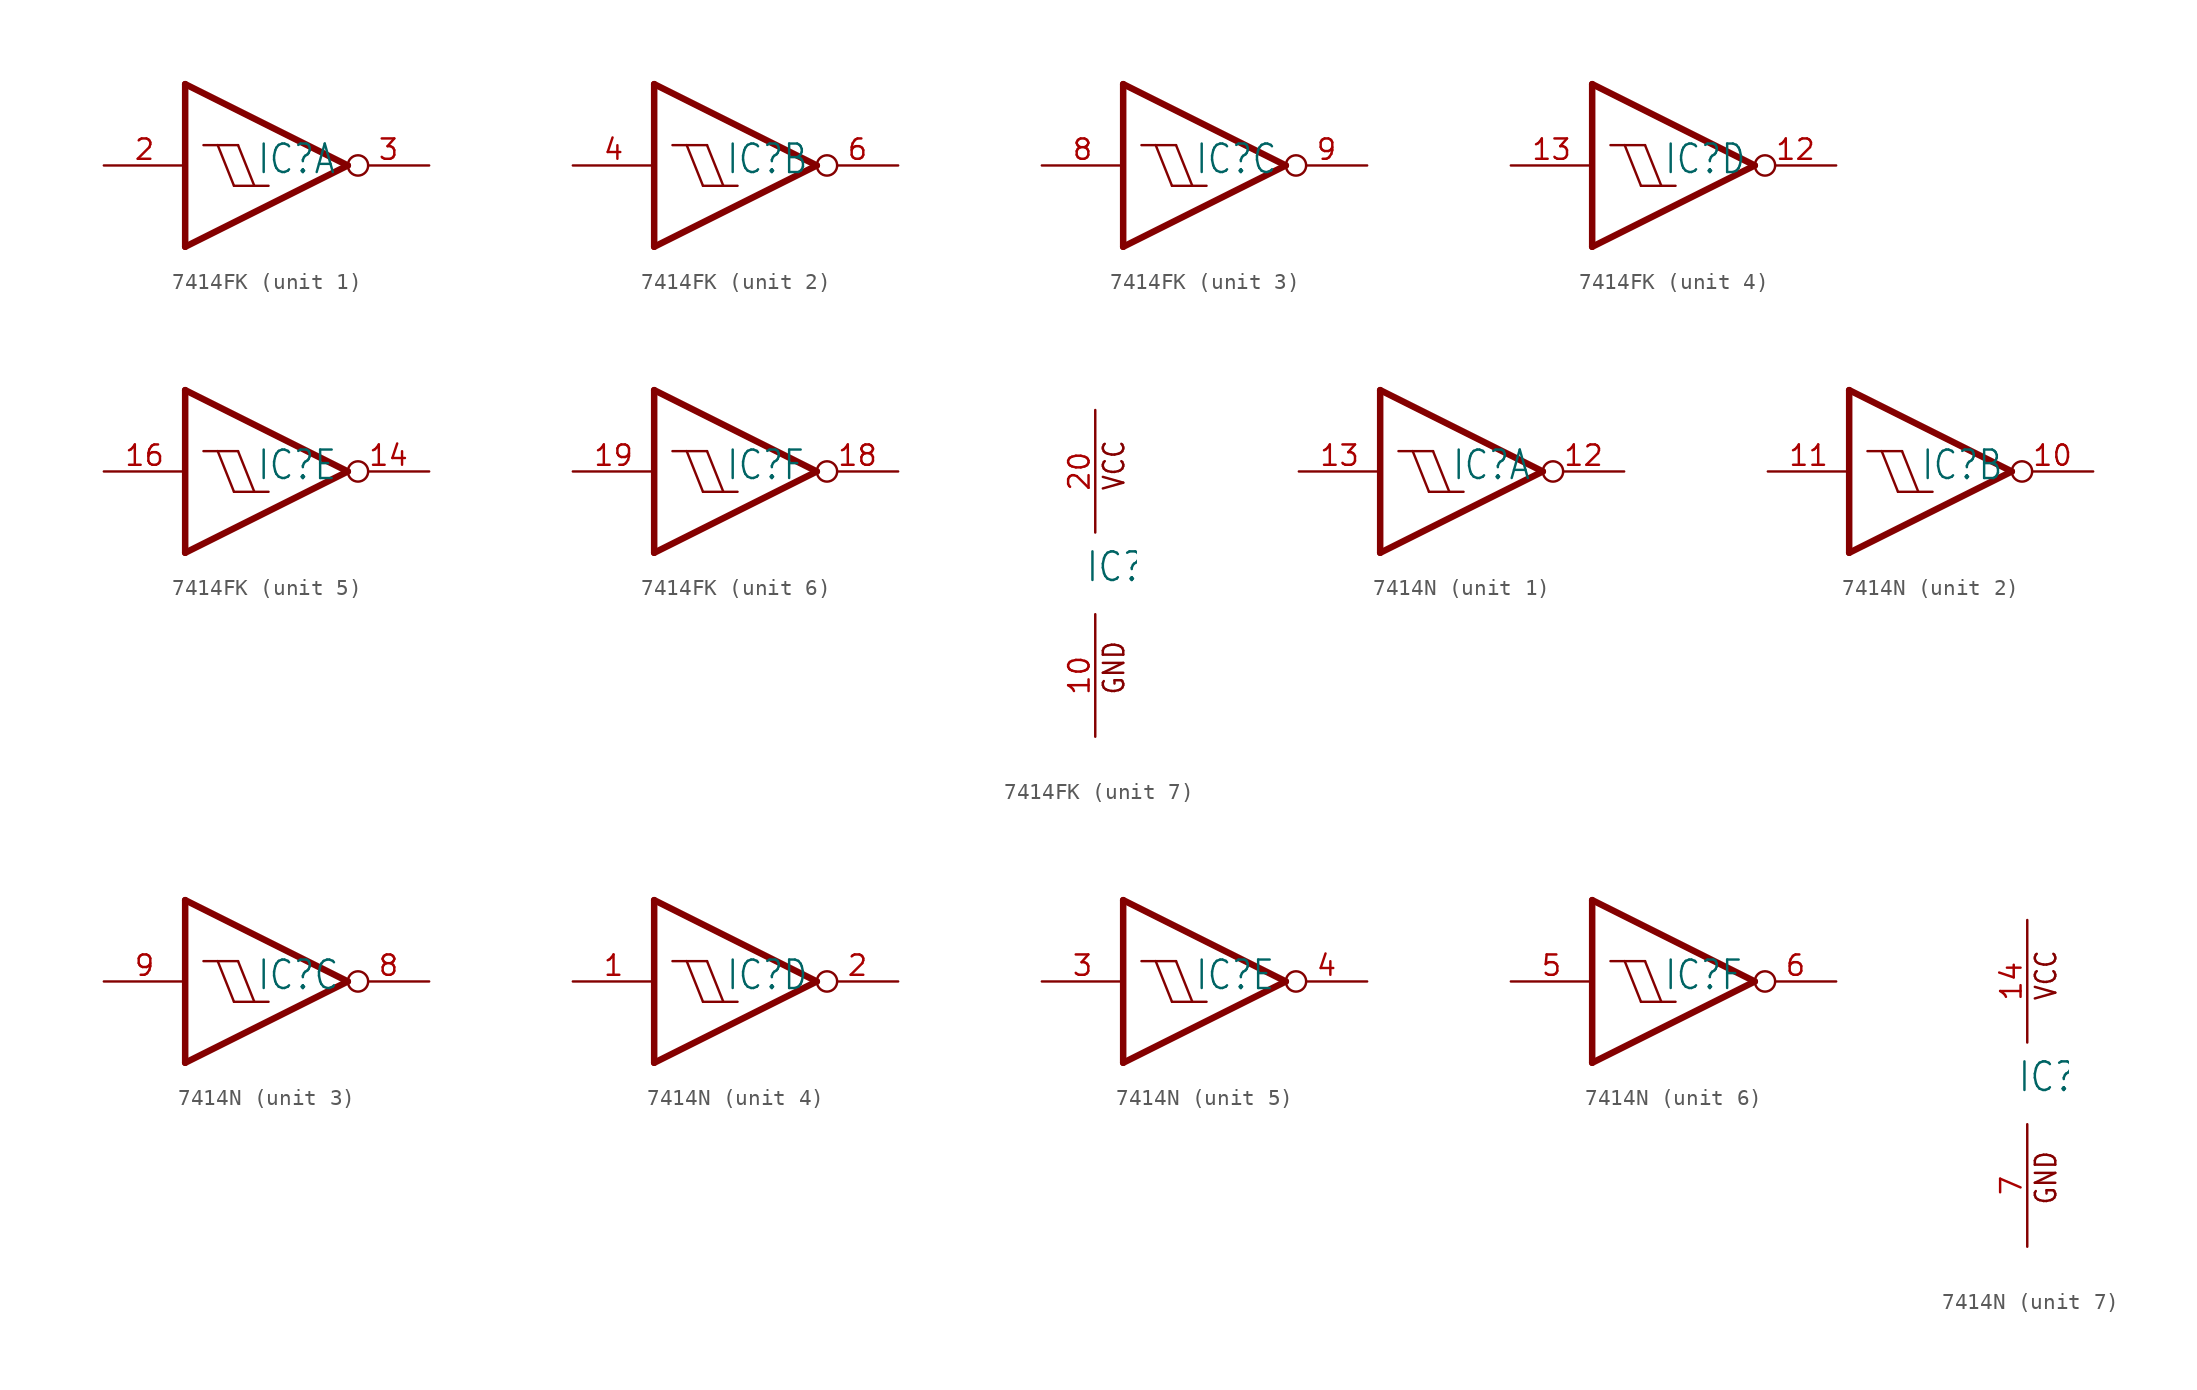
<source format=kicad_sym>
(kicad_symbol_lib
  (version 20231120)
  (generator "kicad_symbol_editor")
  (generator_version "8.0")
  (symbol "7414FK"
    (property "Reference" "IC"
      (at -0.635 -0.635 0)
      (effects (font (size 1.778 1.511)) (justify left bottom)))
    (property "ki_locked" ""
      (at 0 0 0)
      (effects (font (size 1.27 1.27))))
    (symbol "7414FK_1_0"
      (polyline (pts (xy -5.08 -5.08) (xy -5.08 5.08)) (stroke (width 0.406) (type solid)) (fill (type none)))
      (polyline (pts (xy -5.08 5.08) (xy 5.08 0)) (stroke (width 0.406) (type solid)) (fill (type none)))
      (polyline (pts (xy -3.937 1.27) (xy -3.048 1.27)) (stroke (width 0.152) (type solid)) (fill (type none)))
      (polyline (pts (xy -3.048 1.27) (xy -1.778 1.27)) (stroke (width 0.152) (type solid)) (fill (type none)))
      (polyline (pts (xy -2.032 -1.27) (xy -3.048 1.27)) (stroke (width 0.152) (type solid)) (fill (type none)))
      (polyline (pts (xy -2.032 -1.27) (xy -0.762 -1.27)) (stroke (width 0.152) (type solid)) (fill (type none)))
      (polyline (pts (xy -0.762 -1.27) (xy -1.778 1.27)) (stroke (width 0.152) (type solid)) (fill (type none)))
      (polyline (pts (xy -0.762 -1.27) (xy 0.127 -1.27)) (stroke (width 0.152) (type solid)) (fill (type none)))
      (polyline (pts (xy 5.08 0) (xy -5.08 -5.08)) (stroke (width 0.406) (type solid)) (fill (type none)))
      (pin input line (at -10.16 0 0) (length 5.08) (name "I" (effects (font (size 0 0)))) (number "2" (effects (font (size 1.27 1.27)))))
      (pin output inverted (at 10.16 0 180) (length 5.08) (name "O" (effects (font (size 0 0)))) (number "3" (effects (font (size 1.27 1.27))))))
    (symbol "7414FK_2_0"
      (polyline (pts (xy -5.08 -5.08) (xy -5.08 5.08)) (stroke (width 0.406) (type solid)) (fill (type none)))
      (polyline (pts (xy -5.08 5.08) (xy 5.08 0)) (stroke (width 0.406) (type solid)) (fill (type none)))
      (polyline (pts (xy -3.937 1.27) (xy -3.048 1.27)) (stroke (width 0.152) (type solid)) (fill (type none)))
      (polyline (pts (xy -3.048 1.27) (xy -1.778 1.27)) (stroke (width 0.152) (type solid)) (fill (type none)))
      (polyline (pts (xy -2.032 -1.27) (xy -3.048 1.27)) (stroke (width 0.152) (type solid)) (fill (type none)))
      (polyline (pts (xy -2.032 -1.27) (xy -0.762 -1.27)) (stroke (width 0.152) (type solid)) (fill (type none)))
      (polyline (pts (xy -0.762 -1.27) (xy -1.778 1.27)) (stroke (width 0.152) (type solid)) (fill (type none)))
      (polyline (pts (xy -0.762 -1.27) (xy 0.127 -1.27)) (stroke (width 0.152) (type solid)) (fill (type none)))
      (polyline (pts (xy 5.08 0) (xy -5.08 -5.08)) (stroke (width 0.406) (type solid)) (fill (type none)))
      (pin input line (at -10.16 0 0) (length 5.08) (name "I" (effects (font (size 0 0)))) (number "4" (effects (font (size 1.27 1.27)))))
      (pin output inverted (at 10.16 0 180) (length 5.08) (name "O" (effects (font (size 0 0)))) (number "6" (effects (font (size 1.27 1.27))))))
    (symbol "7414FK_3_0"
      (polyline (pts (xy -5.08 -5.08) (xy -5.08 5.08)) (stroke (width 0.406) (type solid)) (fill (type none)))
      (polyline (pts (xy -5.08 5.08) (xy 5.08 0)) (stroke (width 0.406) (type solid)) (fill (type none)))
      (polyline (pts (xy -3.937 1.27) (xy -3.048 1.27)) (stroke (width 0.152) (type solid)) (fill (type none)))
      (polyline (pts (xy -3.048 1.27) (xy -1.778 1.27)) (stroke (width 0.152) (type solid)) (fill (type none)))
      (polyline (pts (xy -2.032 -1.27) (xy -3.048 1.27)) (stroke (width 0.152) (type solid)) (fill (type none)))
      (polyline (pts (xy -2.032 -1.27) (xy -0.762 -1.27)) (stroke (width 0.152) (type solid)) (fill (type none)))
      (polyline (pts (xy -0.762 -1.27) (xy -1.778 1.27)) (stroke (width 0.152) (type solid)) (fill (type none)))
      (polyline (pts (xy -0.762 -1.27) (xy 0.127 -1.27)) (stroke (width 0.152) (type solid)) (fill (type none)))
      (polyline (pts (xy 5.08 0) (xy -5.08 -5.08)) (stroke (width 0.406) (type solid)) (fill (type none)))
      (pin input line (at -10.16 0 0) (length 5.08) (name "I" (effects (font (size 0 0)))) (number "8" (effects (font (size 1.27 1.27)))))
      (pin output inverted (at 10.16 0 180) (length 5.08) (name "O" (effects (font (size 0 0)))) (number "9" (effects (font (size 1.27 1.27))))))
    (symbol "7414FK_4_0"
      (polyline (pts (xy -5.08 -5.08) (xy -5.08 5.08)) (stroke (width 0.406) (type solid)) (fill (type none)))
      (polyline (pts (xy -5.08 5.08) (xy 5.08 0)) (stroke (width 0.406) (type solid)) (fill (type none)))
      (polyline (pts (xy -3.937 1.27) (xy -3.048 1.27)) (stroke (width 0.152) (type solid)) (fill (type none)))
      (polyline (pts (xy -3.048 1.27) (xy -1.778 1.27)) (stroke (width 0.152) (type solid)) (fill (type none)))
      (polyline (pts (xy -2.032 -1.27) (xy -3.048 1.27)) (stroke (width 0.152) (type solid)) (fill (type none)))
      (polyline (pts (xy -2.032 -1.27) (xy -0.762 -1.27)) (stroke (width 0.152) (type solid)) (fill (type none)))
      (polyline (pts (xy -0.762 -1.27) (xy -1.778 1.27)) (stroke (width 0.152) (type solid)) (fill (type none)))
      (polyline (pts (xy -0.762 -1.27) (xy 0.127 -1.27)) (stroke (width 0.152) (type solid)) (fill (type none)))
      (polyline (pts (xy 5.08 0) (xy -5.08 -5.08)) (stroke (width 0.406) (type solid)) (fill (type none)))
      (pin output inverted (at 10.16 0 180) (length 5.08) (name "O" (effects (font (size 0 0)))) (number "12" (effects (font (size 1.27 1.27)))))
      (pin input line (at -10.16 0 0) (length 5.08) (name "I" (effects (font (size 0 0)))) (number "13" (effects (font (size 1.27 1.27))))))
    (symbol "7414FK_5_0"
      (polyline (pts (xy -5.08 -5.08) (xy -5.08 5.08)) (stroke (width 0.406) (type solid)) (fill (type none)))
      (polyline (pts (xy -5.08 5.08) (xy 5.08 0)) (stroke (width 0.406) (type solid)) (fill (type none)))
      (polyline (pts (xy -3.937 1.27) (xy -3.048 1.27)) (stroke (width 0.152) (type solid)) (fill (type none)))
      (polyline (pts (xy -3.048 1.27) (xy -1.778 1.27)) (stroke (width 0.152) (type solid)) (fill (type none)))
      (polyline (pts (xy -2.032 -1.27) (xy -3.048 1.27)) (stroke (width 0.152) (type solid)) (fill (type none)))
      (polyline (pts (xy -2.032 -1.27) (xy -0.762 -1.27)) (stroke (width 0.152) (type solid)) (fill (type none)))
      (polyline (pts (xy -0.762 -1.27) (xy -1.778 1.27)) (stroke (width 0.152) (type solid)) (fill (type none)))
      (polyline (pts (xy -0.762 -1.27) (xy 0.127 -1.27)) (stroke (width 0.152) (type solid)) (fill (type none)))
      (polyline (pts (xy 5.08 0) (xy -5.08 -5.08)) (stroke (width 0.406) (type solid)) (fill (type none)))
      (pin output inverted (at 10.16 0 180) (length 5.08) (name "O" (effects (font (size 0 0)))) (number "14" (effects (font (size 1.27 1.27)))))
      (pin input line (at -10.16 0 0) (length 5.08) (name "I" (effects (font (size 0 0)))) (number "16" (effects (font (size 1.27 1.27))))))
    (symbol "7414FK_6_0"
      (polyline (pts (xy -5.08 -5.08) (xy -5.08 5.08)) (stroke (width 0.406) (type solid)) (fill (type none)))
      (polyline (pts (xy -5.08 5.08) (xy 5.08 0)) (stroke (width 0.406) (type solid)) (fill (type none)))
      (polyline (pts (xy -3.937 1.27) (xy -3.048 1.27)) (stroke (width 0.152) (type solid)) (fill (type none)))
      (polyline (pts (xy -3.048 1.27) (xy -1.778 1.27)) (stroke (width 0.152) (type solid)) (fill (type none)))
      (polyline (pts (xy -2.032 -1.27) (xy -3.048 1.27)) (stroke (width 0.152) (type solid)) (fill (type none)))
      (polyline (pts (xy -2.032 -1.27) (xy -0.762 -1.27)) (stroke (width 0.152) (type solid)) (fill (type none)))
      (polyline (pts (xy -0.762 -1.27) (xy -1.778 1.27)) (stroke (width 0.152) (type solid)) (fill (type none)))
      (polyline (pts (xy -0.762 -1.27) (xy 0.127 -1.27)) (stroke (width 0.152) (type solid)) (fill (type none)))
      (polyline (pts (xy 5.08 0) (xy -5.08 -5.08)) (stroke (width 0.406) (type solid)) (fill (type none)))
      (pin output inverted (at 10.16 0 180) (length 5.08) (name "O" (effects (font (size 0 0)))) (number "18" (effects (font (size 1.27 1.27)))))
      (pin input line (at -10.16 0 0) (length 5.08) (name "I" (effects (font (size 0 0)))) (number "19" (effects (font (size 1.27 1.27))))))
    (symbol "7414FK_7_0"
      (text "GND" (at 1.905 -7.62 900) (effects (font (size 1.27 1.079)) (justify left bottom)))
      (text "VCC" (at 1.905 5.08 900) (effects (font (size 1.27 1.079)) (justify left bottom)))
      (pin power_in line (at 0 -10.16 90) (length 7.62) (name "GND" (effects (font (size 0 0)))) (number "10" (effects (font (size 1.27 1.27)))))
      (pin power_in line (at 0 10.16 270) (length 7.62) (name "VCC" (effects (font (size 0 0)))) (number "20" (effects (font (size 1.27 1.27)))))))
  (symbol "7414N"
    (property "Reference" "IC"
      (at -0.635 -0.635 0)
      (effects (font (size 1.778 1.511)) (justify left bottom)))
    (property "ki_locked" ""
      (at 0 0 0)
      (effects (font (size 1.27 1.27))))
    (symbol "7414N_1_0"
      (polyline (pts (xy -5.08 -5.08) (xy -5.08 5.08)) (stroke (width 0.406) (type solid)) (fill (type none)))
      (polyline (pts (xy -5.08 5.08) (xy 5.08 0)) (stroke (width 0.406) (type solid)) (fill (type none)))
      (polyline (pts (xy -3.937 1.27) (xy -3.048 1.27)) (stroke (width 0.152) (type solid)) (fill (type none)))
      (polyline (pts (xy -3.048 1.27) (xy -1.778 1.27)) (stroke (width 0.152) (type solid)) (fill (type none)))
      (polyline (pts (xy -2.032 -1.27) (xy -3.048 1.27)) (stroke (width 0.152) (type solid)) (fill (type none)))
      (polyline (pts (xy -2.032 -1.27) (xy -0.762 -1.27)) (stroke (width 0.152) (type solid)) (fill (type none)))
      (polyline (pts (xy -0.762 -1.27) (xy -1.778 1.27)) (stroke (width 0.152) (type solid)) (fill (type none)))
      (polyline (pts (xy -0.762 -1.27) (xy 0.127 -1.27)) (stroke (width 0.152) (type solid)) (fill (type none)))
      (polyline (pts (xy 5.08 0) (xy -5.08 -5.08)) (stroke (width 0.406) (type solid)) (fill (type none)))
      (pin output inverted (at 10.16 0 180) (length 5.08) (name "O" (effects (font (size 0 0)))) (number "12" (effects (font (size 1.27 1.27)))))
      (pin input line (at -10.16 0 0) (length 5.08) (name "I" (effects (font (size 0 0)))) (number "13" (effects (font (size 1.27 1.27))))))
    (symbol "7414N_2_0"
      (polyline (pts (xy -5.08 -5.08) (xy -5.08 5.08)) (stroke (width 0.406) (type solid)) (fill (type none)))
      (polyline (pts (xy -5.08 5.08) (xy 5.08 0)) (stroke (width 0.406) (type solid)) (fill (type none)))
      (polyline (pts (xy -3.937 1.27) (xy -3.048 1.27)) (stroke (width 0.152) (type solid)) (fill (type none)))
      (polyline (pts (xy -3.048 1.27) (xy -1.778 1.27)) (stroke (width 0.152) (type solid)) (fill (type none)))
      (polyline (pts (xy -2.032 -1.27) (xy -3.048 1.27)) (stroke (width 0.152) (type solid)) (fill (type none)))
      (polyline (pts (xy -2.032 -1.27) (xy -0.762 -1.27)) (stroke (width 0.152) (type solid)) (fill (type none)))
      (polyline (pts (xy -0.762 -1.27) (xy -1.778 1.27)) (stroke (width 0.152) (type solid)) (fill (type none)))
      (polyline (pts (xy -0.762 -1.27) (xy 0.127 -1.27)) (stroke (width 0.152) (type solid)) (fill (type none)))
      (polyline (pts (xy 5.08 0) (xy -5.08 -5.08)) (stroke (width 0.406) (type solid)) (fill (type none)))
      (pin output inverted (at 10.16 0 180) (length 5.08) (name "O" (effects (font (size 0 0)))) (number "10" (effects (font (size 1.27 1.27)))))
      (pin input line (at -10.16 0 0) (length 5.08) (name "I" (effects (font (size 0 0)))) (number "11" (effects (font (size 1.27 1.27))))))
    (symbol "7414N_3_0"
      (polyline (pts (xy -5.08 -5.08) (xy -5.08 5.08)) (stroke (width 0.406) (type solid)) (fill (type none)))
      (polyline (pts (xy -5.08 5.08) (xy 5.08 0)) (stroke (width 0.406) (type solid)) (fill (type none)))
      (polyline (pts (xy -3.937 1.27) (xy -3.048 1.27)) (stroke (width 0.152) (type solid)) (fill (type none)))
      (polyline (pts (xy -3.048 1.27) (xy -1.778 1.27)) (stroke (width 0.152) (type solid)) (fill (type none)))
      (polyline (pts (xy -2.032 -1.27) (xy -3.048 1.27)) (stroke (width 0.152) (type solid)) (fill (type none)))
      (polyline (pts (xy -2.032 -1.27) (xy -0.762 -1.27)) (stroke (width 0.152) (type solid)) (fill (type none)))
      (polyline (pts (xy -0.762 -1.27) (xy -1.778 1.27)) (stroke (width 0.152) (type solid)) (fill (type none)))
      (polyline (pts (xy -0.762 -1.27) (xy 0.127 -1.27)) (stroke (width 0.152) (type solid)) (fill (type none)))
      (polyline (pts (xy 5.08 0) (xy -5.08 -5.08)) (stroke (width 0.406) (type solid)) (fill (type none)))
      (pin output inverted (at 10.16 0 180) (length 5.08) (name "O" (effects (font (size 0 0)))) (number "8" (effects (font (size 1.27 1.27)))))
      (pin input line (at -10.16 0 0) (length 5.08) (name "I" (effects (font (size 0 0)))) (number "9" (effects (font (size 1.27 1.27))))))
    (symbol "7414N_4_0"
      (polyline (pts (xy -5.08 -5.08) (xy -5.08 5.08)) (stroke (width 0.406) (type solid)) (fill (type none)))
      (polyline (pts (xy -5.08 5.08) (xy 5.08 0)) (stroke (width 0.406) (type solid)) (fill (type none)))
      (polyline (pts (xy -3.937 1.27) (xy -3.048 1.27)) (stroke (width 0.152) (type solid)) (fill (type none)))
      (polyline (pts (xy -3.048 1.27) (xy -1.778 1.27)) (stroke (width 0.152) (type solid)) (fill (type none)))
      (polyline (pts (xy -2.032 -1.27) (xy -3.048 1.27)) (stroke (width 0.152) (type solid)) (fill (type none)))
      (polyline (pts (xy -2.032 -1.27) (xy -0.762 -1.27)) (stroke (width 0.152) (type solid)) (fill (type none)))
      (polyline (pts (xy -0.762 -1.27) (xy -1.778 1.27)) (stroke (width 0.152) (type solid)) (fill (type none)))
      (polyline (pts (xy -0.762 -1.27) (xy 0.127 -1.27)) (stroke (width 0.152) (type solid)) (fill (type none)))
      (polyline (pts (xy 5.08 0) (xy -5.08 -5.08)) (stroke (width 0.406) (type solid)) (fill (type none)))
      (pin input line (at -10.16 0 0) (length 5.08) (name "I" (effects (font (size 0 0)))) (number "1" (effects (font (size 1.27 1.27)))))
      (pin output inverted (at 10.16 0 180) (length 5.08) (name "O" (effects (font (size 0 0)))) (number "2" (effects (font (size 1.27 1.27))))))
    (symbol "7414N_5_0"
      (polyline (pts (xy -5.08 -5.08) (xy -5.08 5.08)) (stroke (width 0.406) (type solid)) (fill (type none)))
      (polyline (pts (xy -5.08 5.08) (xy 5.08 0)) (stroke (width 0.406) (type solid)) (fill (type none)))
      (polyline (pts (xy -3.937 1.27) (xy -3.048 1.27)) (stroke (width 0.152) (type solid)) (fill (type none)))
      (polyline (pts (xy -3.048 1.27) (xy -1.778 1.27)) (stroke (width 0.152) (type solid)) (fill (type none)))
      (polyline (pts (xy -2.032 -1.27) (xy -3.048 1.27)) (stroke (width 0.152) (type solid)) (fill (type none)))
      (polyline (pts (xy -2.032 -1.27) (xy -0.762 -1.27)) (stroke (width 0.152) (type solid)) (fill (type none)))
      (polyline (pts (xy -0.762 -1.27) (xy -1.778 1.27)) (stroke (width 0.152) (type solid)) (fill (type none)))
      (polyline (pts (xy -0.762 -1.27) (xy 0.127 -1.27)) (stroke (width 0.152) (type solid)) (fill (type none)))
      (polyline (pts (xy 5.08 0) (xy -5.08 -5.08)) (stroke (width 0.406) (type solid)) (fill (type none)))
      (pin input line (at -10.16 0 0) (length 5.08) (name "I" (effects (font (size 0 0)))) (number "3" (effects (font (size 1.27 1.27)))))
      (pin output inverted (at 10.16 0 180) (length 5.08) (name "O" (effects (font (size 0 0)))) (number "4" (effects (font (size 1.27 1.27))))))
    (symbol "7414N_6_0"
      (polyline (pts (xy -5.08 -5.08) (xy -5.08 5.08)) (stroke (width 0.406) (type solid)) (fill (type none)))
      (polyline (pts (xy -5.08 5.08) (xy 5.08 0)) (stroke (width 0.406) (type solid)) (fill (type none)))
      (polyline (pts (xy -3.937 1.27) (xy -3.048 1.27)) (stroke (width 0.152) (type solid)) (fill (type none)))
      (polyline (pts (xy -3.048 1.27) (xy -1.778 1.27)) (stroke (width 0.152) (type solid)) (fill (type none)))
      (polyline (pts (xy -2.032 -1.27) (xy -3.048 1.27)) (stroke (width 0.152) (type solid)) (fill (type none)))
      (polyline (pts (xy -2.032 -1.27) (xy -0.762 -1.27)) (stroke (width 0.152) (type solid)) (fill (type none)))
      (polyline (pts (xy -0.762 -1.27) (xy -1.778 1.27)) (stroke (width 0.152) (type solid)) (fill (type none)))
      (polyline (pts (xy -0.762 -1.27) (xy 0.127 -1.27)) (stroke (width 0.152) (type solid)) (fill (type none)))
      (polyline (pts (xy 5.08 0) (xy -5.08 -5.08)) (stroke (width 0.406) (type solid)) (fill (type none)))
      (pin input line (at -10.16 0 0) (length 5.08) (name "I" (effects (font (size 0 0)))) (number "5" (effects (font (size 1.27 1.27)))))
      (pin output inverted (at 10.16 0 180) (length 5.08) (name "O" (effects (font (size 0 0)))) (number "6" (effects (font (size 1.27 1.27))))))
    (symbol "7414N_7_0"
      (text "GND" (at 1.905 -7.62 900) (effects (font (size 1.27 1.079)) (justify left bottom)))
      (text "VCC" (at 1.905 5.08 900) (effects (font (size 1.27 1.079)) (justify left bottom)))
      (pin power_in line (at 0 10.16 270) (length 7.62) (name "VCC" (effects (font (size 0 0)))) (number "14" (effects (font (size 1.27 1.27)))))
      (pin power_in line (at 0 -10.16 90) (length 7.62) (name "GND" (effects (font (size 0 0)))) (number "7" (effects (font (size 1.27 1.27))))))))
</source>
